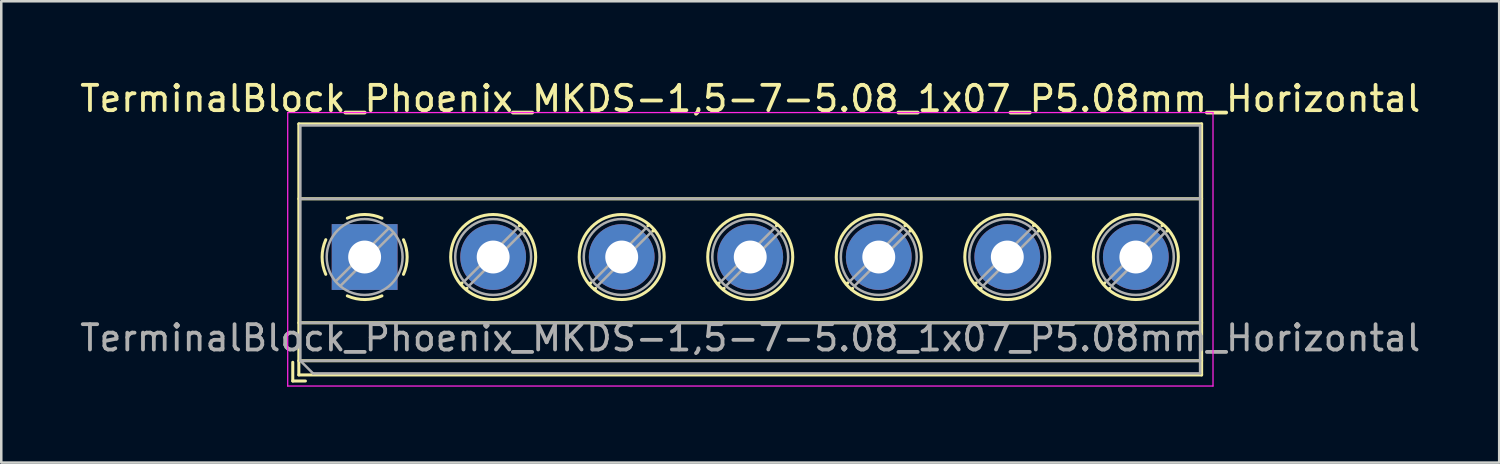
<source format=kicad_pcb>
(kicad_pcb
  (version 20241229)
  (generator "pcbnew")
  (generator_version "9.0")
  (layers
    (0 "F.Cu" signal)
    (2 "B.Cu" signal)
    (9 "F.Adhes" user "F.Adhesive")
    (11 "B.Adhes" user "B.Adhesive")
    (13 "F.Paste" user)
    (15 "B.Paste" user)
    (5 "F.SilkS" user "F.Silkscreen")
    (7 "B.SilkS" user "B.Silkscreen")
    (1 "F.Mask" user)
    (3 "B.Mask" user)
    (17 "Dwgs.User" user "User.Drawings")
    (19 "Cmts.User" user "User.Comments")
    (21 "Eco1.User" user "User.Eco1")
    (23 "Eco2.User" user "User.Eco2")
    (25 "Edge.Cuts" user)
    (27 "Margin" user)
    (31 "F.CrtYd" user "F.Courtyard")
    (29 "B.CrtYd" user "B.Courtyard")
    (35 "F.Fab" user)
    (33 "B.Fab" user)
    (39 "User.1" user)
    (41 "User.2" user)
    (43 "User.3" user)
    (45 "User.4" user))
  (footprint "TerminalBlock_Phoenix_MKDS-1,5-7-5.08_1x07_P5.08mm_Horizontal"
    (layer "F.Cu")
    (at 11.361 7.108)
    (property "Reference" "TerminalBlock_Phoenix_MKDS-1,5-7-5.08_1x07_P5.08mm_Horizontal" (at 15.24 -6.26 0) (layer "F.SilkS") (effects (font (size 1 1) (thickness 0.15))))
    (attr through_hole)
    (fp_line (start -2.84 4.16) (end -2.84 4.9) (stroke (width 0.12) (type solid)) (layer "F.SilkS"))
    (fp_line (start -2.84 4.9) (end -2.34 4.9) (stroke (width 0.12) (type solid)) (layer "F.SilkS"))
    (fp_line (start -2.6 -5.261) (end -2.6 4.66) (stroke (width 0.12) (type solid)) (layer "F.SilkS"))
    (fp_line (start -2.6 -5.261) (end 33.08 -5.261) (stroke (width 0.12) (type solid)) (layer "F.SilkS"))
    (fp_line (start -2.6 -2.301) (end 33.08 -2.301) (stroke (width 0.12) (type solid)) (layer "F.SilkS"))
    (fp_line (start -2.6 2.6) (end 33.08 2.6) (stroke (width 0.12) (type solid)) (layer "F.SilkS"))
    (fp_line (start -2.6 4.1) (end 33.08 4.1) (stroke (width 0.12) (type solid)) (layer "F.SilkS"))
    (fp_line (start -2.6 4.66) (end 33.08 4.66) (stroke (width 0.12) (type solid)) (layer "F.SilkS"))
    (fp_line (start 3.853 1.023) (end 3.806 1.069) (stroke (width 0.12) (type solid)) (layer "F.SilkS"))
    (fp_line (start 4.046 1.239) (end 4.011 1.274) (stroke (width 0.12) (type solid)) (layer "F.SilkS"))
    (fp_line (start 6.15 -1.275) (end 6.115 -1.239) (stroke (width 0.12) (type solid)) (layer "F.SilkS"))
    (fp_line (start 6.355 -1.069) (end 6.308 -1.023) (stroke (width 0.12) (type solid)) (layer "F.SilkS"))
    (fp_line (start 8.933 1.023) (end 8.886 1.069) (stroke (width 0.12) (type solid)) (layer "F.SilkS"))
    (fp_line (start 9.126 1.239) (end 9.091 1.274) (stroke (width 0.12) (type solid)) (layer "F.SilkS"))
    (fp_line (start 11.23 -1.275) (end 11.195 -1.239) (stroke (width 0.12) (type solid)) (layer "F.SilkS"))
    (fp_line (start 11.435 -1.069) (end 11.388 -1.023) (stroke (width 0.12) (type solid)) (layer "F.SilkS"))
    (fp_line (start 14.013 1.023) (end 13.966 1.069) (stroke (width 0.12) (type solid)) (layer "F.SilkS"))
    (fp_line (start 14.206 1.239) (end 14.171 1.274) (stroke (width 0.12) (type solid)) (layer "F.SilkS"))
    (fp_line (start 16.31 -1.275) (end 16.275 -1.239) (stroke (width 0.12) (type solid)) (layer "F.SilkS"))
    (fp_line (start 16.515 -1.069) (end 16.468 -1.023) (stroke (width 0.12) (type solid)) (layer "F.SilkS"))
    (fp_line (start 19.093 1.023) (end 19.046 1.069) (stroke (width 0.12) (type solid)) (layer "F.SilkS"))
    (fp_line (start 19.286 1.239) (end 19.251 1.274) (stroke (width 0.12) (type solid)) (layer "F.SilkS"))
    (fp_line (start 21.39 -1.275) (end 21.355 -1.239) (stroke (width 0.12) (type solid)) (layer "F.SilkS"))
    (fp_line (start 21.595 -1.069) (end 21.548 -1.023) (stroke (width 0.12) (type solid)) (layer "F.SilkS"))
    (fp_line (start 24.173 1.023) (end 24.126 1.069) (stroke (width 0.12) (type solid)) (layer "F.SilkS"))
    (fp_line (start 24.366 1.239) (end 24.331 1.274) (stroke (width 0.12) (type solid)) (layer "F.SilkS"))
    (fp_line (start 26.47 -1.275) (end 26.435 -1.239) (stroke (width 0.12) (type solid)) (layer "F.SilkS"))
    (fp_line (start 26.675 -1.069) (end 26.628 -1.023) (stroke (width 0.12) (type solid)) (layer "F.SilkS"))
    (fp_line (start 29.253 1.023) (end 29.206 1.069) (stroke (width 0.12) (type solid)) (layer "F.SilkS"))
    (fp_line (start 29.446 1.239) (end 29.411 1.274) (stroke (width 0.12) (type solid)) (layer "F.SilkS"))
    (fp_line (start 31.55 -1.275) (end 31.515 -1.239) (stroke (width 0.12) (type solid)) (layer "F.SilkS"))
    (fp_line (start 31.755 -1.069) (end 31.708 -1.023) (stroke (width 0.12) (type solid)) (layer "F.SilkS"))
    (fp_line (start 33.08 -5.261) (end 33.08 4.66) (stroke (width 0.12) (type solid)) (layer "F.SilkS"))
    (fp_arc (start -1.535427 0.683042) (mid -1.680501 -0.000524) (end -1.535 -0.684) (stroke (width 0.12) (type solid)) (layer "F.SilkS"))
    (fp_arc (start -0.683042 -1.535427) (mid 0.000524 -1.680501) (end 0.684 -1.535) (stroke (width 0.12) (type solid)) (layer "F.SilkS"))
    (fp_arc (start 0.028805 1.680253) (mid -0.335551 1.646659) (end -0.684 1.535) (stroke (width 0.12) (type solid)) (layer "F.SilkS"))
    (fp_arc (start 0.683318 1.534756) (mid 0.349292 1.643288) (end 0 1.68) (stroke (width 0.12) (type solid)) (layer "F.SilkS"))
    (fp_arc (start 1.535427 -0.683042) (mid 1.680501 0.000524) (end 1.535 0.684) (stroke (width 0.12) (type solid)) (layer "F.SilkS"))
    (fp_circle (center 5.08 0) (end 6.76 0) (stroke (width 0.12) (type solid)) (fill no) (layer "F.SilkS"))
    (fp_circle (center 10.16 0) (end 11.84 0) (stroke (width 0.12) (type solid)) (fill no) (layer "F.SilkS"))
    (fp_circle (center 15.24 0) (end 16.92 0) (stroke (width 0.12) (type solid)) (fill no) (layer "F.SilkS"))
    (fp_circle (center 20.32 0) (end 22 0) (stroke (width 0.12) (type solid)) (fill no) (layer "F.SilkS"))
    (fp_circle (center 25.4 0) (end 27.08 0) (stroke (width 0.12) (type solid)) (fill no) (layer "F.SilkS"))
    (fp_circle (center 30.48 0) (end 32.16 0) (stroke (width 0.12) (type solid)) (fill no) (layer "F.SilkS"))
    (fp_line (start -3.04 -5.71) (end -3.04 5.1) (stroke (width 0.05) (type solid)) (layer "F.CrtYd"))
    (fp_line (start -3.04 5.1) (end 33.53 5.1) (stroke (width 0.05) (type solid)) (layer "F.CrtYd"))
    (fp_line (start 33.53 -5.71) (end -3.04 -5.71) (stroke (width 0.05) (type solid)) (layer "F.CrtYd"))
    (fp_line (start 33.53 5.1) (end 33.53 -5.71) (stroke (width 0.05) (type solid)) (layer "F.CrtYd"))
    (fp_line (start -2.54 -5.2) (end 33.02 -5.2) (stroke (width 0.1) (type solid)) (layer "F.Fab"))
    (fp_line (start -2.54 -2.3) (end 33.02 -2.3) (stroke (width 0.1) (type solid)) (layer "F.Fab"))
    (fp_line (start -2.54 2.6) (end 33.02 2.6) (stroke (width 0.1) (type solid)) (layer "F.Fab"))
    (fp_line (start -2.54 4.1) (end -2.54 -5.2) (stroke (width 0.1) (type solid)) (layer "F.Fab"))
    (fp_line (start -2.54 4.1) (end 33.02 4.1) (stroke (width 0.1) (type solid)) (layer "F.Fab"))
    (fp_line (start -2.04 4.6) (end -2.54 4.1) (stroke (width 0.1) (type solid)) (layer "F.Fab"))
    (fp_line (start 0.955 -1.138) (end -1.138 0.955) (stroke (width 0.1) (type solid)) (layer "F.Fab"))
    (fp_line (start 1.138 -0.955) (end -0.955 1.138) (stroke (width 0.1) (type solid)) (layer "F.Fab"))
    (fp_line (start 6.035 -1.138) (end 3.943 0.955) (stroke (width 0.1) (type solid)) (layer "F.Fab"))
    (fp_line (start 6.218 -0.955) (end 4.126 1.138) (stroke (width 0.1) (type solid)) (layer "F.Fab"))
    (fp_line (start 11.115 -1.138) (end 9.023 0.955) (stroke (width 0.1) (type solid)) (layer "F.Fab"))
    (fp_line (start 11.298 -0.955) (end 9.206 1.138) (stroke (width 0.1) (type solid)) (layer "F.Fab"))
    (fp_line (start 16.195 -1.138) (end 14.103 0.955) (stroke (width 0.1) (type solid)) (layer "F.Fab"))
    (fp_line (start 16.378 -0.955) (end 14.286 1.138) (stroke (width 0.1) (type solid)) (layer "F.Fab"))
    (fp_line (start 21.275 -1.138) (end 19.183 0.955) (stroke (width 0.1) (type solid)) (layer "F.Fab"))
    (fp_line (start 21.458 -0.955) (end 19.366 1.138) (stroke (width 0.1) (type solid)) (layer "F.Fab"))
    (fp_line (start 26.355 -1.138) (end 24.263 0.955) (stroke (width 0.1) (type solid)) (layer "F.Fab"))
    (fp_line (start 26.538 -0.955) (end 24.446 1.138) (stroke (width 0.1) (type solid)) (layer "F.Fab"))
    (fp_line (start 31.435 -1.138) (end 29.343 0.955) (stroke (width 0.1) (type solid)) (layer "F.Fab"))
    (fp_line (start 31.618 -0.955) (end 29.526 1.138) (stroke (width 0.1) (type solid)) (layer "F.Fab"))
    (fp_line (start 33.02 -5.2) (end 33.02 4.6) (stroke (width 0.1) (type solid)) (layer "F.Fab"))
    (fp_line (start 33.02 4.6) (end -2.04 4.6) (stroke (width 0.1) (type solid)) (layer "F.Fab"))
    (fp_circle (center 0 0) (end 1.5 0) (stroke (width 0.1) (type solid)) (fill no) (layer "F.Fab"))
    (fp_circle (center 5.08 0) (end 6.58 0) (stroke (width 0.1) (type solid)) (fill no) (layer "F.Fab"))
    (fp_circle (center 10.16 0) (end 11.66 0) (stroke (width 0.1) (type solid)) (fill no) (layer "F.Fab"))
    (fp_circle (center 15.24 0) (end 16.74 0) (stroke (width 0.1) (type solid)) (fill no) (layer "F.Fab"))
    (fp_circle (center 20.32 0) (end 21.82 0) (stroke (width 0.1) (type solid)) (fill no) (layer "F.Fab"))
    (fp_circle (center 25.4 0) (end 26.9 0) (stroke (width 0.1) (type solid)) (fill no) (layer "F.Fab"))
    (fp_circle (center 30.48 0) (end 31.98 0) (stroke (width 0.1) (type solid)) (fill no) (layer "F.Fab"))
    (fp_text user "${REFERENCE}" (at 15.24 3.2 0) (layer "F.Fab") (effects (font (size 1 1) (thickness 0.15))))
    (pad "1" thru_hole rect (at 0 0) (size 2.6 2.6) (drill 1.3) (layers "*.Cu" "*.Mask"))
    (pad "2" thru_hole circle (at 5.08 0) (size 2.6 2.6) (drill 1.3) (layers "*.Cu" "*.Mask"))
    (pad "3" thru_hole circle (at 10.16 0) (size 2.6 2.6) (drill 1.3) (layers "*.Cu" "*.Mask"))
    (pad "4" thru_hole circle (at 15.24 0) (size 2.6 2.6) (drill 1.3) (layers "*.Cu" "*.Mask"))
    (pad "5" thru_hole circle (at 20.32 0) (size 2.6 2.6) (drill 1.3) (layers "*.Cu" "*.Mask"))
    (pad "6" thru_hole circle (at 25.4 0) (size 2.6 2.6) (drill 1.3) (layers "*.Cu" "*.Mask"))
    (pad "7" thru_hole circle (at 30.48 0) (size 2.6 2.6) (drill 1.3) (layers "*.Cu" "*.Mask")))
  (gr_rect
    (start -3 -3)
    (end 56.202 15.233)
    (stroke (width 0.1) (type default))
    (fill no)
    (layer "Edge.Cuts")))
</source>
